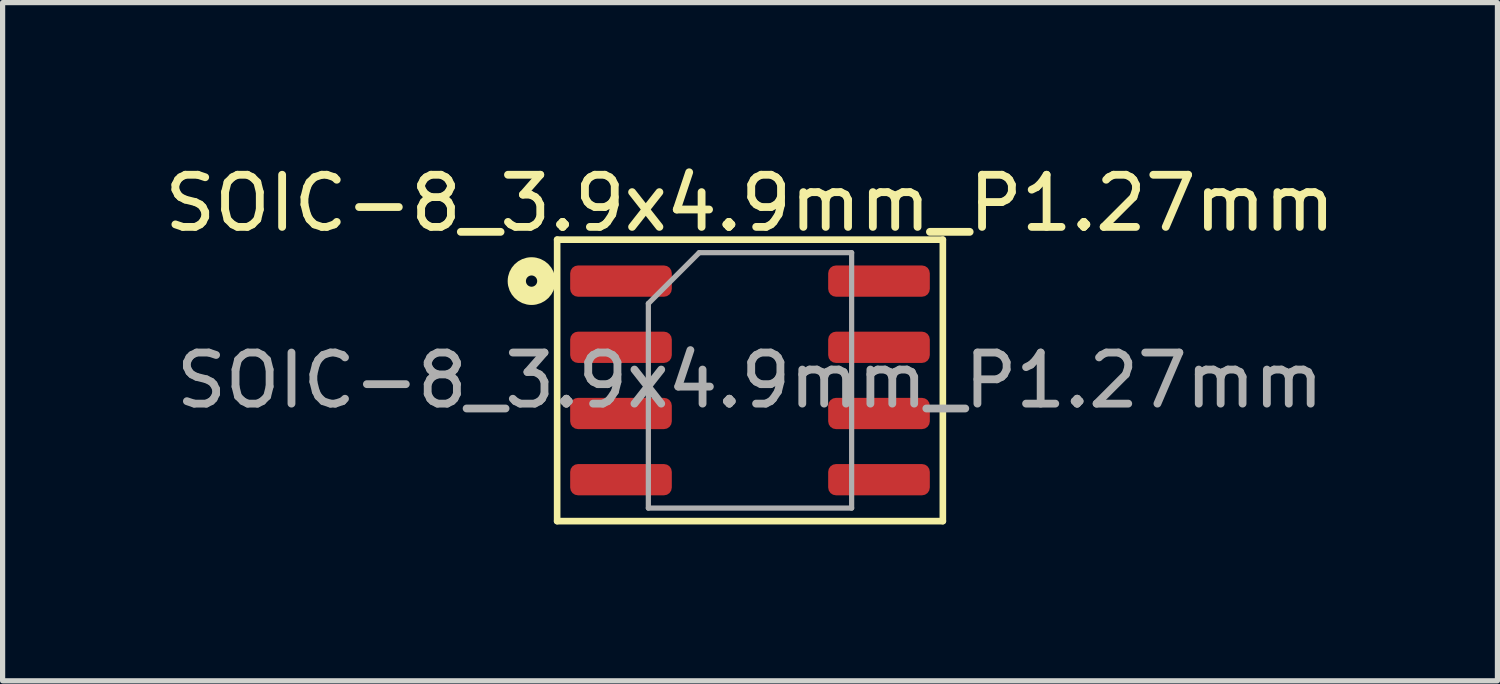
<source format=kicad_pcb>
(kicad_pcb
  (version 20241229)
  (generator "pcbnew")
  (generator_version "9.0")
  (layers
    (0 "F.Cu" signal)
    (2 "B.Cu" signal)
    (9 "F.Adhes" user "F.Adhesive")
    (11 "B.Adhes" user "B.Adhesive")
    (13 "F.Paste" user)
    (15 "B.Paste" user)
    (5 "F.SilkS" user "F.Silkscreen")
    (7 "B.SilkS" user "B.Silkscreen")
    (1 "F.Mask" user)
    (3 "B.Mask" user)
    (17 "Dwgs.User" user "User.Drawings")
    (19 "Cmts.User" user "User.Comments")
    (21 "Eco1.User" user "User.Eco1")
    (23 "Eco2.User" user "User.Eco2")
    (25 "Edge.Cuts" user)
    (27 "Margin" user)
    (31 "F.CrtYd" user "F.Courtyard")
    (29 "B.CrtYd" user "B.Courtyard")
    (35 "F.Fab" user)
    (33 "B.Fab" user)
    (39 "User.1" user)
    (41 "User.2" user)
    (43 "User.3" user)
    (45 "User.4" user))
  (footprint "SOIC-8_3.9x4.9mm_P1.27mm"
    (layer "F.Cu")
    (at 11.339 4.248)
    (property "Reference" "SOIC-8_3.9x4.9mm_P1.27mm" (at 0 -3.4 0) (layer "F.SilkS") (effects (font (size 1 1) (thickness 0.15))))
    (attr smd)
    (fp_line (start -3.7 -2.7) (end -3.7 2.7) (stroke (width 0.127) (type solid)) (layer "F.SilkS"))
    (fp_line (start -3.7 2.7) (end 3.7 2.7) (stroke (width 0.127) (type solid)) (layer "F.SilkS"))
    (fp_line (start 3.7 -2.7) (end -3.7 -2.7) (stroke (width 0.127) (type solid)) (layer "F.SilkS"))
    (fp_line (start 3.7 2.7) (end 3.7 -2.7) (stroke (width 0.127) (type solid)) (layer "F.SilkS"))
    (fp_circle (center -4.191 -1.905) (end -3.908 -1.905) (stroke (width 0.35) (type solid)) (fill no) (layer "F.SilkS"))
    (fp_line (start -1.95 -1.475) (end -0.975 -2.45) (stroke (width 0.1) (type solid)) (layer "F.Fab"))
    (fp_line (start -1.95 2.45) (end -1.95 -1.475) (stroke (width 0.1) (type solid)) (layer "F.Fab"))
    (fp_line (start -0.975 -2.45) (end 1.95 -2.45) (stroke (width 0.1) (type solid)) (layer "F.Fab"))
    (fp_line (start 1.95 -2.45) (end 1.95 2.45) (stroke (width 0.1) (type solid)) (layer "F.Fab"))
    (fp_line (start 1.95 2.45) (end -1.95 2.45) (stroke (width 0.1) (type solid)) (layer "F.Fab"))
    (fp_text user "${REFERENCE}" (at 0 0 0) (layer "F.Fab") (effects (font (size 0.98 0.98) (thickness 0.15))))
    (pad "1" smd roundrect (at -2.475 -1.905) (size 1.95 0.6) (layers "F.Cu" "F.Mask" "F.Paste") (roundrect_rratio 0.25))
    (pad "2" smd roundrect (at -2.475 -0.635) (size 1.95 0.6) (layers "F.Cu" "F.Mask" "F.Paste") (roundrect_rratio 0.25))
    (pad "3" smd roundrect (at -2.475 0.635) (size 1.95 0.6) (layers "F.Cu" "F.Mask" "F.Paste") (roundrect_rratio 0.25))
    (pad "4" smd roundrect (at -2.475 1.905) (size 1.95 0.6) (layers "F.Cu" "F.Mask" "F.Paste") (roundrect_rratio 0.25))
    (pad "5" smd roundrect (at 2.475 1.905) (size 1.95 0.6) (layers "F.Cu" "F.Mask" "F.Paste") (roundrect_rratio 0.25))
    (pad "6" smd roundrect (at 2.475 0.635) (size 1.95 0.6) (layers "F.Cu" "F.Mask" "F.Paste") (roundrect_rratio 0.25))
    (pad "7" smd roundrect (at 2.475 -0.635) (size 1.95 0.6) (layers "F.Cu" "F.Mask" "F.Paste") (roundrect_rratio 0.25))
    (pad "8" smd roundrect (at 2.475 -1.905) (size 1.95 0.6) (layers "F.Cu" "F.Mask" "F.Paste") (roundrect_rratio 0.25)))
  (gr_rect
    (start -3 -3)
    (end 25.679 10.012)
    (stroke (width 0.1) (type default))
    (fill no)
    (layer "Edge.Cuts")))
</source>
